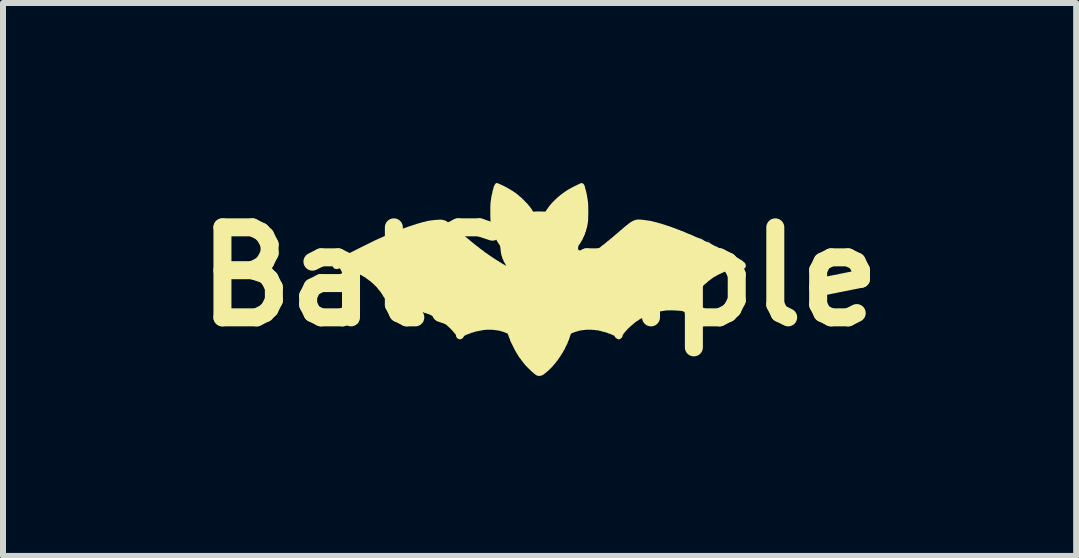
<source format=kicad_pcb>
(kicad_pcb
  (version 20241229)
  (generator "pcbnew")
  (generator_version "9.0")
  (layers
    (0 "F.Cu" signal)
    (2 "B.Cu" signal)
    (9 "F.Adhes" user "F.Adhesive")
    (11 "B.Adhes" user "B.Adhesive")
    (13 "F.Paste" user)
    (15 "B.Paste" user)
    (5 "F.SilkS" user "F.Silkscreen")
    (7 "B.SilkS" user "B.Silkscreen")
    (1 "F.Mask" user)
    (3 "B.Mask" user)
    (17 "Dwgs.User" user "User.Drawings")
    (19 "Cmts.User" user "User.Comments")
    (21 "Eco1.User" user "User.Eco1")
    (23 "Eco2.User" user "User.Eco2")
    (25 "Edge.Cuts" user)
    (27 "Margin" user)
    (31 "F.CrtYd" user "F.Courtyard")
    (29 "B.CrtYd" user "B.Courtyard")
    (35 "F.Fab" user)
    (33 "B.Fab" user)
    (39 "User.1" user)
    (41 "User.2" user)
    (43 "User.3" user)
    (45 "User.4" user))
  (footprint "BatSimple"
    (layer "F.Cu")
    (at 5.943 1.561)
    (property "Reference" "BatSimple" (at 0 0 0) (layer "F.SilkS") (effects (font (size 1.5 1.5) (thickness 0.3))))
    (attr board_only exclude_from_pos_files exclude_from_bom)
    (fp_poly (pts (xy -2.813 0.868) (xy -2.815 0.87) (xy -2.818 0.868) (xy -2.815 0.865)) (stroke (width 0) (type solid)) (fill yes) (layer "F.SilkS"))
    (fp_poly (pts (xy 0.87 1.02) (xy 0.868 1.023) (xy 0.865 1.02) (xy 0.868 1.017)) (stroke (width 0) (type solid)) (fill yes) (layer "F.SilkS"))
    (fp_poly (pts (xy 2.693 -0.645) (xy 2.69 -0.642) (xy 2.687 -0.645) (xy 2.69 -0.647)) (stroke (width 0) (type solid)) (fill yes) (layer "F.SilkS"))
    (fp_poly (pts (xy 2.72 -0.645) (xy 2.717 -0.642) (xy 2.715 -0.645) (xy 2.717 -0.647)) (stroke (width 0) (type solid)) (fill yes) (layer "F.SilkS"))
    (fp_poly (pts (xy 2.802 -0.601) (xy 2.799 -0.598) (xy 2.796 -0.601) (xy 2.799 -0.604)) (stroke (width 0) (type solid)) (fill yes) (layer "F.SilkS"))
    (fp_poly (pts (xy 2.802 -0.59) (xy 2.799 -0.588) (xy 2.796 -0.59) (xy 2.799 -0.593)) (stroke (width 0) (type solid)) (fill yes) (layer "F.SilkS"))
    (fp_poly (pts (xy 2.813 -0.601) (xy 2.81 -0.598) (xy 2.807 -0.601) (xy 2.81 -0.604)) (stroke (width 0) (type solid)) (fill yes) (layer "F.SilkS"))
    (fp_poly (pts (xy 2.823 -0.601) (xy 2.821 -0.598) (xy 2.818 -0.601) (xy 2.821 -0.604)) (stroke (width 0) (type solid)) (fill yes) (layer "F.SilkS"))
    (fp_poly (pts (xy 2.823 -0.59) (xy 2.821 -0.588) (xy 2.818 -0.59) (xy 2.821 -0.593)) (stroke (width 0) (type solid)) (fill yes) (layer "F.SilkS"))
    (fp_poly (pts (xy 2.834 -0.596) (xy 2.832 -0.593) (xy 2.829 -0.596) (xy 2.832 -0.598)) (stroke (width 0) (type solid)) (fill yes) (layer "F.SilkS"))
    (fp_poly (pts (xy 2.707 -0.64) (xy 2.707 -0.637) (xy 2.704 -0.636) (xy 2.699 -0.638) (xy 2.7 -0.64) (xy 2.707 -0.641)) (stroke (width 0) (type solid)) (fill yes) (layer "F.SilkS"))
    (fp_poly (pts (xy 2.713 -0.629) (xy 2.713 -0.623) (xy 2.713 -0.622) (xy 2.71 -0.623) (xy 2.709 -0.626) (xy 2.711 -0.63)) (stroke (width 0) (type solid)) (fill yes) (layer "F.SilkS"))
    (fp_poly (pts (xy -0.698 -1.557) (xy -0.69 -1.554) (xy -0.654 -1.538) (xy -0.627 -1.526) (xy -0.606 -1.516) (xy -0.59 -1.508) (xy -0.585 -1.506) (xy -0.549 -1.487) (xy -0.516 -1.468) (xy -0.487 -1.451) (xy -0.48 -1.446) (xy -0.466 -1.437) (xy -0.456 -1.432) (xy -0.453 -1.431) (xy -0.448 -1.428) (xy -0.437 -1.42) (xy -0.43 -1.414) (xy -0.417 -1.405) (xy -0.406 -1.399) (xy -0.404 -1.398) (xy -0.397 -1.395) (xy -0.396 -1.394) (xy -0.391 -1.389) (xy -0.38 -1.379) (xy -0.365 -1.367) (xy -0.363 -1.365) (xy -0.348 -1.353) (xy -0.337 -1.343) (xy -0.332 -1.337) (xy -0.332 -1.337) (xy -0.328 -1.333) (xy -0.326 -1.333) (xy -0.32 -1.329) (xy -0.308 -1.319) (xy -0.292 -1.304) (xy -0.273 -1.286) (xy -0.253 -1.266) (xy -0.233 -1.245) (xy -0.214 -1.226) (xy -0.199 -1.21) (xy -0.189 -1.198) (xy -0.185 -1.192) (xy -0.185 -1.192) (xy -0.182 -1.186) (xy -0.181 -1.186) (xy -0.176 -1.182) (xy -0.167 -1.171) (xy -0.163 -1.166) (xy -0.153 -1.152) (xy -0.145 -1.143) (xy -0.143 -1.141) (xy -0.137 -1.132) (xy -0.136 -1.129) (xy -0.133 -1.121) (xy -0.131 -1.121) (xy -0.125 -1.116) (xy -0.122 -1.109) (xy -0.114 -1.091) (xy -0.102 -1.083) (xy -0.085 -1.083) (xy -0.08 -1.084) (xy -0.066 -1.086) (xy -0.044 -1.087) (xy -0.017 -1.087) (xy 0.013 -1.087) (xy 0.02 -1.086) (xy 0.097 -1.084) (xy 0.131 -1.133) (xy 0.146 -1.154) (xy 0.16 -1.174) (xy 0.172 -1.188) (xy 0.177 -1.194) (xy 0.186 -1.204) (xy 0.19 -1.21) (xy 0.19 -1.21) (xy 0.194 -1.215) (xy 0.204 -1.227) (xy 0.219 -1.242) (xy 0.237 -1.26) (xy 0.256 -1.279) (xy 0.275 -1.297) (xy 0.292 -1.313) (xy 0.305 -1.325) (xy 0.314 -1.332) (xy 0.315 -1.333) (xy 0.321 -1.336) (xy 0.321 -1.337) (xy 0.325 -1.342) (xy 0.337 -1.352) (xy 0.355 -1.366) (xy 0.376 -1.382) (xy 0.401 -1.4) (xy 0.427 -1.418) (xy 0.452 -1.435) (xy 0.467 -1.445) (xy 0.491 -1.459) (xy 0.522 -1.476) (xy 0.557 -1.495) (xy 0.594 -1.514) (xy 0.631 -1.531) (xy 0.663 -1.547) (xy 0.679 -1.553) (xy 0.693 -1.559) (xy 0.703 -1.56) (xy 0.713 -1.557) (xy 0.721 -1.553) (xy 0.736 -1.541) (xy 0.744 -1.529) (xy 0.744 -1.529) (xy 0.748 -1.516) (xy 0.751 -1.51) (xy 0.755 -1.501) (xy 0.758 -1.487) (xy 0.759 -1.482) (xy 0.762 -1.466) (xy 0.767 -1.452) (xy 0.767 -1.45) (xy 0.771 -1.437) (xy 0.776 -1.416) (xy 0.783 -1.386) (xy 0.79 -1.35) (xy 0.797 -1.308) (xy 0.804 -1.263) (xy 0.806 -1.254) (xy 0.808 -1.235) (xy 0.809 -1.208) (xy 0.811 -1.174) (xy 0.811 -1.136) (xy 0.812 -1.095) (xy 0.812 -1.054) (xy 0.811 -1.014) (xy 0.81 -0.977) (xy 0.809 -0.946) (xy 0.808 -0.923) (xy 0.806 -0.911) (xy 0.802 -0.887) (xy 0.797 -0.859) (xy 0.794 -0.843) (xy 0.79 -0.824) (xy 0.786 -0.809) (xy 0.784 -0.802) (xy 0.78 -0.794) (xy 0.777 -0.779) (xy 0.776 -0.771) (xy 0.772 -0.756) (xy 0.769 -0.747) (xy 0.767 -0.745) (xy 0.763 -0.741) (xy 0.761 -0.733) (xy 0.759 -0.721) (xy 0.753 -0.704) (xy 0.751 -0.699) (xy 0.744 -0.684) (xy 0.74 -0.673) (xy 0.74 -0.67) (xy 0.736 -0.664) (xy 0.734 -0.664) (xy 0.729 -0.66) (xy 0.729 -0.658) (xy 0.727 -0.65) (xy 0.722 -0.636) (xy 0.715 -0.621) (xy 0.708 -0.608) (xy 0.703 -0.6) (xy 0.701 -0.598) (xy 0.697 -0.594) (xy 0.694 -0.585) (xy 0.69 -0.575) (xy 0.685 -0.571) (xy 0.68 -0.567) (xy 0.68 -0.566) (xy 0.677 -0.558) (xy 0.67 -0.545) (xy 0.66 -0.532) (xy 0.652 -0.523) (xy 0.65 -0.521) (xy 0.648 -0.514) (xy 0.645 -0.499) (xy 0.642 -0.479) (xy 0.641 -0.467) (xy 0.638 -0.431) (xy 0.634 -0.399) (xy 0.63 -0.372) (xy 0.625 -0.352) (xy 0.621 -0.341) (xy 0.62 -0.34) (xy 0.616 -0.331) (xy 0.615 -0.325) (xy 0.612 -0.314) (xy 0.606 -0.296) (xy 0.596 -0.275) (xy 0.584 -0.251) (xy 0.572 -0.229) (xy 0.561 -0.21) (xy 0.56 -0.208) (xy 0.552 -0.195) (xy 0.549 -0.185) (xy 0.55 -0.182) (xy 0.555 -0.182) (xy 0.555 -0.184) (xy 0.56 -0.189) (xy 0.568 -0.193) (xy 0.579 -0.197) (xy 0.582 -0.201) (xy 0.587 -0.205) (xy 0.598 -0.209) (xy 0.598 -0.209) (xy 0.61 -0.213) (xy 0.615 -0.217) (xy 0.615 -0.217) (xy 0.619 -0.221) (xy 0.63 -0.229) (xy 0.639 -0.234) (xy 0.653 -0.242) (xy 0.662 -0.249) (xy 0.664 -0.251) (xy 0.668 -0.255) (xy 0.678 -0.258) (xy 0.691 -0.263) (xy 0.698 -0.267) (xy 0.715 -0.281) (xy 0.726 -0.289) (xy 0.733 -0.293) (xy 0.735 -0.294) (xy 0.744 -0.297) (xy 0.747 -0.299) (xy 0.764 -0.314) (xy 0.775 -0.322) (xy 0.782 -0.326) (xy 0.785 -0.326) (xy 0.792 -0.33) (xy 0.797 -0.333) (xy 0.807 -0.341) (xy 0.816 -0.348) (xy 0.829 -0.357) (xy 0.845 -0.369) (xy 0.864 -0.382) (xy 0.882 -0.395) (xy 0.897 -0.405) (xy 0.905 -0.412) (xy 0.906 -0.413) (xy 0.913 -0.418) (xy 0.927 -0.428) (xy 0.942 -0.438) (xy 0.957 -0.45) (xy 0.969 -0.458) (xy 0.974 -0.462) (xy 0.979 -0.467) (xy 0.991 -0.476) (xy 1.007 -0.489) (xy 1.015 -0.495) (xy 1.032 -0.508) (xy 1.045 -0.52) (xy 1.053 -0.527) (xy 1.054 -0.529) (xy 1.061 -0.533) (xy 1.064 -0.533) (xy 1.073 -0.537) (xy 1.076 -0.54) (xy 1.082 -0.547) (xy 1.094 -0.558) (xy 1.107 -0.568) (xy 1.121 -0.58) (xy 1.132 -0.59) (xy 1.136 -0.594) (xy 1.142 -0.598) (xy 1.144 -0.598) (xy 1.151 -0.602) (xy 1.162 -0.611) (xy 1.168 -0.617) (xy 1.179 -0.629) (xy 1.188 -0.635) (xy 1.19 -0.636) (xy 1.196 -0.64) (xy 1.207 -0.649) (xy 1.22 -0.66) (xy 1.264 -0.699) (xy 1.311 -0.738) (xy 1.326 -0.75) (xy 1.339 -0.763) (xy 1.342 -0.766) (xy 1.351 -0.774) (xy 1.357 -0.778) (xy 1.357 -0.778) (xy 1.363 -0.781) (xy 1.372 -0.79) (xy 1.375 -0.793) (xy 1.388 -0.805) (xy 1.405 -0.819) (xy 1.417 -0.83) (xy 1.432 -0.841) (xy 1.442 -0.851) (xy 1.446 -0.855) (xy 1.452 -0.859) (xy 1.456 -0.86) (xy 1.463 -0.862) (xy 1.463 -0.864) (xy 1.468 -0.87) (xy 1.478 -0.879) (xy 1.487 -0.885) (xy 1.5 -0.894) (xy 1.509 -0.902) (xy 1.511 -0.904) (xy 1.518 -0.908) (xy 1.518 -0.909) (xy 1.525 -0.911) (xy 1.537 -0.918) (xy 1.546 -0.924) (xy 1.582 -0.941) (xy 1.624 -0.951) (xy 1.649 -0.952) (xy 1.671 -0.951) (xy 1.699 -0.949) (xy 1.73 -0.946) (xy 1.764 -0.942) (xy 1.797 -0.937) (xy 1.828 -0.932) (xy 1.855 -0.928) (xy 1.876 -0.923) (xy 1.889 -0.92) (xy 1.89 -0.919) (xy 1.899 -0.916) (xy 1.914 -0.913) (xy 1.923 -0.911) (xy 1.94 -0.908) (xy 1.952 -0.905) (xy 1.956 -0.903) (xy 1.964 -0.899) (xy 1.978 -0.896) (xy 1.98 -0.895) (xy 1.998 -0.891) (xy 2.013 -0.887) (xy 2.013 -0.887) (xy 2.025 -0.883) (xy 2.043 -0.877) (xy 2.065 -0.871) (xy 2.067 -0.87) (xy 2.09 -0.863) (xy 2.11 -0.856) (xy 2.124 -0.851) (xy 2.125 -0.851) (xy 2.139 -0.846) (xy 2.15 -0.843) (xy 2.15 -0.843) (xy 2.161 -0.841) (xy 2.174 -0.835) (xy 2.188 -0.829) (xy 2.198 -0.827) (xy 2.209 -0.824) (xy 2.212 -0.822) (xy 2.219 -0.818) (xy 2.234 -0.813) (xy 2.253 -0.806) (xy 2.254 -0.806) (xy 2.275 -0.798) (xy 2.293 -0.791) (xy 2.305 -0.786) (xy 2.319 -0.78) (xy 2.329 -0.778) (xy 2.339 -0.775) (xy 2.342 -0.773) (xy 2.349 -0.768) (xy 2.36 -0.765) (xy 2.376 -0.76) (xy 2.391 -0.754) (xy 2.407 -0.747) (xy 2.421 -0.741) (xy 2.434 -0.735) (xy 2.452 -0.727) (xy 2.46 -0.724) (xy 2.475 -0.717) (xy 2.486 -0.713) (xy 2.489 -0.713) (xy 2.496 -0.71) (xy 2.51 -0.705) (xy 2.527 -0.697) (xy 2.529 -0.696) (xy 2.569 -0.678) (xy 2.599 -0.664) (xy 2.621 -0.655) (xy 2.636 -0.649) (xy 2.645 -0.647) (xy 2.645 -0.647) (xy 2.655 -0.644) (xy 2.665 -0.639) (xy 2.675 -0.633) (xy 2.68 -0.633) (xy 2.686 -0.632) (xy 2.697 -0.627) (xy 2.699 -0.625) (xy 2.711 -0.618) (xy 2.722 -0.615) (xy 2.722 -0.615) (xy 2.73 -0.612) (xy 2.731 -0.61) (xy 2.736 -0.604) (xy 2.748 -0.597) (xy 2.766 -0.589) (xy 2.786 -0.581) (xy 2.805 -0.574) (xy 2.821 -0.571) (xy 2.828 -0.57) (xy 2.837 -0.569) (xy 2.835 -0.566) (xy 2.834 -0.565) (xy 2.83 -0.561) (xy 2.836 -0.56) (xy 2.836 -0.56) (xy 2.844 -0.558) (xy 2.845 -0.556) (xy 2.85 -0.551) (xy 2.862 -0.544) (xy 2.879 -0.534) (xy 2.898 -0.524) (xy 2.918 -0.514) (xy 2.935 -0.506) (xy 2.947 -0.501) (xy 2.951 -0.5) (xy 2.959 -0.498) (xy 2.96 -0.496) (xy 2.966 -0.492) (xy 2.978 -0.485) (xy 2.992 -0.478) (xy 3.006 -0.471) (xy 3.015 -0.468) (xy 3.016 -0.468) (xy 3.023 -0.465) (xy 3.026 -0.462) (xy 3.035 -0.456) (xy 3.053 -0.446) (xy 3.081 -0.432) (xy 3.116 -0.413) (xy 3.159 -0.391) (xy 3.161 -0.39) (xy 3.181 -0.38) (xy 3.197 -0.371) (xy 3.207 -0.365) (xy 3.209 -0.363) (xy 3.215 -0.359) (xy 3.216 -0.359) (xy 3.223 -0.356) (xy 3.237 -0.349) (xy 3.255 -0.339) (xy 3.267 -0.332) (xy 3.287 -0.32) (xy 3.304 -0.311) (xy 3.315 -0.306) (xy 3.318 -0.305) (xy 3.324 -0.301) (xy 3.324 -0.3) (xy 3.328 -0.294) (xy 3.335 -0.291) (xy 3.349 -0.284) (xy 3.368 -0.273) (xy 3.388 -0.258) (xy 3.406 -0.243) (xy 3.416 -0.234) (xy 3.431 -0.213) (xy 3.437 -0.191) (xy 3.436 -0.168) (xy 3.428 -0.149) (xy 3.418 -0.139) (xy 3.397 -0.129) (xy 3.371 -0.126) (xy 3.347 -0.13) (xy 3.34 -0.133) (xy 3.325 -0.138) (xy 3.31 -0.139) (xy 3.297 -0.136) (xy 3.276 -0.132) (xy 3.253 -0.128) (xy 3.242 -0.126) (xy 3.209 -0.119) (xy 3.181 -0.113) (xy 3.161 -0.108) (xy 3.15 -0.104) (xy 3.139 -0.1) (xy 3.124 -0.095) (xy 3.123 -0.095) (xy 3.107 -0.091) (xy 3.096 -0.087) (xy 3.096 -0.087) (xy 3.085 -0.082) (xy 3.07 -0.075) (xy 3.066 -0.073) (xy 3.045 -0.064) (xy 3.023 -0.054) (xy 3 -0.043) (xy 2.981 -0.034) (xy 2.967 -0.027) (xy 2.96 -0.023) (xy 2.959 -0.022) (xy 2.953 -0.018) (xy 2.941 -0.011) (xy 2.93 -0.005) (xy 2.913 0.003) (xy 2.9 0.01) (xy 2.896 0.014) (xy 2.883 0.024) (xy 2.87 0.033) (xy 2.855 0.044) (xy 2.842 0.053) (xy 2.835 0.059) (xy 2.834 0.061) (xy 2.83 0.065) (xy 2.828 0.065) (xy 2.821 0.069) (xy 2.809 0.078) (xy 2.804 0.083) (xy 2.789 0.098) (xy 2.772 0.112) (xy 2.769 0.114) (xy 2.757 0.124) (xy 2.746 0.133) (xy 2.736 0.143) (xy 2.725 0.155) (xy 2.711 0.172) (xy 2.692 0.194) (xy 2.679 0.209) (xy 2.665 0.225) (xy 2.652 0.241) (xy 2.645 0.249) (xy 2.637 0.26) (xy 2.633 0.267) (xy 2.633 0.267) (xy 2.63 0.274) (xy 2.622 0.285) (xy 2.621 0.286) (xy 2.61 0.3) (xy 2.597 0.322) (xy 2.582 0.348) (xy 2.567 0.376) (xy 2.553 0.403) (xy 2.543 0.426) (xy 2.538 0.441) (xy 2.532 0.452) (xy 2.528 0.458) (xy 2.525 0.465) (xy 2.523 0.482) (xy 2.522 0.506) (xy 2.522 0.515) (xy 2.521 0.542) (xy 2.519 0.56) (xy 2.516 0.569) (xy 2.515 0.57) (xy 2.508 0.575) (xy 2.508 0.578) (xy 2.504 0.585) (xy 2.496 0.593) (xy 2.478 0.601) (xy 2.456 0.604) (xy 2.433 0.6) (xy 2.412 0.592) (xy 2.399 0.581) (xy 2.391 0.577) (xy 2.374 0.573) (xy 2.35 0.57) (xy 2.32 0.567) (xy 2.286 0.565) (xy 2.249 0.563) (xy 2.213 0.562) (xy 2.177 0.561) (xy 2.145 0.562) (xy 2.117 0.563) (xy 2.096 0.565) (xy 2.094 0.565) (xy 2.057 0.571) (xy 2.029 0.576) (xy 2.007 0.579) (xy 1.991 0.582) (xy 1.977 0.585) (xy 1.965 0.587) (xy 1.959 0.588) (xy 1.941 0.592) (xy 1.928 0.596) (xy 1.923 0.598) (xy 1.915 0.602) (xy 1.9 0.605) (xy 1.895 0.606) (xy 1.88 0.61) (xy 1.87 0.614) (xy 1.868 0.615) (xy 1.861 0.62) (xy 1.857 0.62) (xy 1.847 0.622) (xy 1.832 0.628) (xy 1.829 0.629) (xy 1.794 0.645) (xy 1.76 0.661) (xy 1.73 0.677) (xy 1.704 0.69) (xy 1.695 0.696) (xy 1.677 0.706) (xy 1.662 0.715) (xy 1.655 0.719) (xy 1.646 0.725) (xy 1.643 0.73) (xy 1.639 0.734) (xy 1.637 0.734) (xy 1.63 0.737) (xy 1.617 0.745) (xy 1.602 0.755) (xy 1.591 0.764) (xy 1.583 0.771) (xy 1.571 0.781) (xy 1.558 0.792) (xy 1.521 0.823) (xy 1.491 0.851) (xy 1.463 0.878) (xy 1.436 0.909) (xy 1.434 0.911) (xy 1.423 0.923) (xy 1.413 0.936) (xy 1.395 0.958) (xy 1.385 0.976) (xy 1.382 0.99) (xy 1.377 1.007) (xy 1.364 1.023) (xy 1.346 1.036) (xy 1.327 1.044) (xy 1.319 1.045) (xy 1.304 1.041) (xy 1.287 1.032) (xy 1.27 1.02) (xy 1.258 1.007) (xy 1.251 0.995) (xy 1.251 0.993) (xy 1.247 0.987) (xy 1.235 0.98) (xy 1.228 0.977) (xy 1.207 0.968) (xy 1.186 0.958) (xy 1.182 0.957) (xy 1.166 0.95) (xy 1.152 0.947) (xy 1.148 0.947) (xy 1.139 0.944) (xy 1.137 0.941) (xy 1.132 0.937) (xy 1.12 0.934) (xy 1.117 0.933) (xy 1.101 0.929) (xy 1.088 0.925) (xy 1.087 0.925) (xy 1.076 0.921) (xy 1.059 0.917) (xy 1.054 0.916) (xy 1.039 0.913) (xy 1.027 0.909) (xy 1.025 0.908) (xy 1.017 0.905) (xy 1.002 0.902) (xy 0.993 0.9) (xy 0.975 0.897) (xy 0.962 0.892) (xy 0.958 0.89) (xy 0.953 0.887) (xy 0.954 0.891) (xy 0.955 0.892) (xy 0.956 0.897) (xy 0.95 0.896) (xy 0.949 0.895) (xy 0.933 0.891) (xy 0.909 0.888) (xy 0.879 0.886) (xy 0.847 0.884) (xy 0.814 0.884) (xy 0.784 0.885) (xy 0.77 0.886) (xy 0.725 0.891) (xy 0.689 0.896) (xy 0.661 0.901) (xy 0.643 0.905) (xy 0.634 0.909) (xy 0.625 0.913) (xy 0.618 0.914) (xy 0.605 0.916) (xy 0.591 0.922) (xy 0.579 0.928) (xy 0.57 0.93) (xy 0.57 0.93) (xy 0.563 0.932) (xy 0.549 0.938) (xy 0.541 0.941) (xy 0.525 0.95) (xy 0.518 0.959) (xy 0.517 0.964) (xy 0.514 0.978) (xy 0.509 0.991) (xy 0.502 1.008) (xy 0.498 1.022) (xy 0.491 1.046) (xy 0.479 1.073) (xy 0.474 1.083) (xy 0.469 1.094) (xy 0.465 1.109) (xy 0.462 1.121) (xy 0.457 1.126) (xy 0.457 1.126) (xy 0.453 1.131) (xy 0.449 1.142) (xy 0.449 1.142) (xy 0.445 1.154) (xy 0.44 1.159) (xy 0.44 1.159) (xy 0.435 1.163) (xy 0.435 1.165) (xy 0.433 1.173) (xy 0.427 1.186) (xy 0.42 1.202) (xy 0.413 1.216) (xy 0.408 1.224) (xy 0.408 1.224) (xy 0.404 1.23) (xy 0.397 1.243) (xy 0.392 1.253) (xy 0.384 1.267) (xy 0.377 1.276) (xy 0.375 1.278) (xy 0.371 1.283) (xy 0.368 1.292) (xy 0.363 1.302) (xy 0.359 1.306) (xy 0.354 1.31) (xy 0.354 1.311) (xy 0.351 1.319) (xy 0.343 1.331) (xy 0.335 1.344) (xy 0.327 1.352) (xy 0.325 1.354) (xy 0.321 1.36) (xy 0.321 1.361) (xy 0.318 1.368) (xy 0.31 1.38) (xy 0.3 1.394) (xy 0.289 1.407) (xy 0.281 1.417) (xy 0.276 1.42) (xy 0.272 1.424) (xy 0.272 1.428) (xy 0.268 1.438) (xy 0.265 1.44) (xy 0.258 1.446) (xy 0.247 1.459) (xy 0.236 1.471) (xy 0.213 1.499) (xy 0.184 1.529) (xy 0.153 1.559) (xy 0.125 1.583) (xy 0.122 1.586) (xy 0.105 1.6) (xy 0.09 1.612) (xy 0.082 1.619) (xy 0.056 1.638) (xy 0.026 1.65) (xy -0.005 1.655) (xy -0.032 1.652) (xy -0.033 1.652) (xy -0.047 1.646) (xy -0.058 1.64) (xy -0.058 1.64) (xy -0.067 1.633) (xy -0.081 1.624) (xy -0.084 1.621) (xy -0.096 1.613) (xy -0.103 1.606) (xy -0.103 1.604) (xy -0.108 1.6) (xy -0.109 1.599) (xy -0.115 1.596) (xy -0.126 1.586) (xy -0.142 1.571) (xy -0.161 1.552) (xy -0.182 1.532) (xy -0.203 1.511) (xy -0.222 1.492) (xy -0.238 1.474) (xy -0.25 1.461) (xy -0.25 1.461) (xy -0.259 1.449) (xy -0.272 1.432) (xy -0.288 1.411) (xy -0.298 1.398) (xy -0.313 1.378) (xy -0.326 1.36) (xy -0.336 1.348) (xy -0.34 1.343) (xy -0.347 1.334) (xy -0.348 1.328) (xy -0.352 1.322) (xy -0.354 1.322) (xy -0.359 1.317) (xy -0.362 1.308) (xy -0.366 1.298) (xy -0.369 1.295) (xy -0.374 1.29) (xy -0.381 1.279) (xy -0.386 1.269) (xy -0.394 1.254) (xy -0.401 1.243) (xy -0.403 1.24) (xy -0.406 1.235) (xy -0.413 1.221) (xy -0.423 1.201) (xy -0.435 1.177) (xy -0.443 1.161) (xy -0.456 1.134) (xy -0.469 1.109) (xy -0.479 1.088) (xy -0.486 1.075) (xy -0.487 1.071) (xy -0.493 1.056) (xy -0.495 1.045) (xy -0.497 1.036) (xy -0.499 1.034) (xy -0.502 1.029) (xy -0.508 1.016) (xy -0.514 0.997) (xy -0.517 0.99) (xy -0.523 0.97) (xy -0.53 0.955) (xy -0.535 0.947) (xy -0.536 0.947) (xy -0.545 0.944) (xy -0.561 0.938) (xy -0.579 0.93) (xy -0.588 0.925) (xy -0.599 0.921) (xy -0.615 0.917) (xy -0.618 0.916) (xy -0.633 0.913) (xy -0.643 0.909) (xy -0.645 0.908) (xy -0.653 0.905) (xy -0.671 0.901) (xy -0.696 0.897) (xy -0.727 0.892) (xy -0.762 0.888) (xy -0.775 0.886) (xy -0.807 0.884) (xy -0.845 0.884) (xy -0.884 0.885) (xy -0.92 0.888) (xy -0.947 0.892) (xy -0.967 0.896) (xy -0.991 0.901) (xy -1.001 0.902) (xy -1.039 0.91) (xy -1.068 0.916) (xy -1.088 0.921) (xy -1.096 0.925) (xy -1.105 0.928) (xy -1.119 0.932) (xy -1.125 0.933) (xy -1.139 0.936) (xy -1.147 0.94) (xy -1.148 0.942) (xy -1.152 0.946) (xy -1.157 0.947) (xy -1.166 0.949) (xy -1.182 0.954) (xy -1.203 0.962) (xy -1.213 0.966) (xy -1.236 0.976) (xy -1.251 0.984) (xy -1.26 0.992) (xy -1.266 1.001) (xy -1.269 1.007) (xy -1.277 1.02) (xy -1.284 1.028) (xy -1.287 1.028) (xy -1.294 1.032) (xy -1.296 1.034) (xy -1.302 1.038) (xy -1.315 1.042) (xy -1.318 1.043) (xy -1.342 1.042) (xy -1.364 1.032) (xy -1.381 1.016) (xy -1.391 0.995) (xy -1.393 0.982) (xy -1.397 0.967) (xy -1.405 0.955) (xy -1.415 0.945) (xy -1.428 0.929) (xy -1.439 0.917) (xy -1.467 0.885) (xy -1.501 0.851) (xy -1.539 0.816) (xy -1.564 0.795) (xy -1.581 0.781) (xy -1.595 0.77) (xy -1.603 0.763) (xy -1.605 0.762) (xy -1.61 0.757) (xy -1.623 0.749) (xy -1.639 0.738) (xy -1.64 0.737) (xy -1.657 0.725) (xy -1.672 0.715) (xy -1.68 0.709) (xy -1.68 0.709) (xy -1.69 0.703) (xy -1.695 0.702) (xy -1.702 0.699) (xy -1.704 0.697) (xy -1.709 0.693) (xy -1.722 0.686) (xy -1.741 0.676) (xy -1.763 0.665) (xy -1.796 0.649) (xy -1.821 0.638) (xy -1.839 0.629) (xy -1.852 0.624) (xy -1.86 0.621) (xy -1.866 0.62) (xy -1.868 0.62) (xy -1.877 0.617) (xy -1.879 0.615) (xy -1.886 0.611) (xy -1.9 0.608) (xy -1.907 0.606) (xy -1.921 0.603) (xy -1.93 0.6) (xy -1.931 0.598) (xy -1.936 0.595) (xy -1.949 0.592) (xy -1.963 0.59) (xy -1.981 0.587) (xy -1.994 0.584) (xy -1.999 0.582) (xy -2.011 0.577) (xy -2.031 0.573) (xy -2.058 0.57) (xy -2.091 0.568) (xy -2.129 0.566) (xy -2.169 0.565) (xy -2.211 0.565) (xy -2.253 0.565) (xy -2.292 0.566) (xy -2.329 0.567) (xy -2.36 0.57) (xy -2.385 0.573) (xy -2.402 0.577) (xy -2.41 0.581) (xy -2.416 0.587) (xy -2.427 0.594) (xy -2.427 0.594) (xy -2.439 0.599) (xy -2.455 0.602) (xy -2.472 0.604) (xy -2.487 0.604) (xy -2.496 0.601) (xy -2.497 0.599) (xy -2.502 0.593) (xy -2.508 0.59) (xy -2.517 0.584) (xy -2.519 0.579) (xy -2.522 0.572) (xy -2.524 0.571) (xy -2.528 0.566) (xy -2.531 0.554) (xy -2.533 0.539) (xy -2.531 0.523) (xy -2.53 0.518) (xy -2.528 0.503) (xy -2.53 0.485) (xy -2.538 0.463) (xy -2.544 0.448) (xy -2.549 0.434) (xy -2.551 0.423) (xy -2.551 0.422) (xy -2.554 0.415) (xy -2.557 0.413) (xy -2.562 0.409) (xy -2.562 0.407) (xy -2.565 0.399) (xy -2.571 0.385) (xy -2.578 0.368) (xy -2.586 0.353) (xy -2.592 0.344) (xy -2.6 0.334) (xy -2.604 0.33) (xy -2.61 0.321) (xy -2.611 0.317) (xy -2.614 0.31) (xy -2.622 0.298) (xy -2.63 0.285) (xy -2.642 0.269) (xy -2.651 0.255) (xy -2.656 0.248) (xy -2.664 0.238) (xy -2.676 0.224) (xy -2.681 0.219) (xy -2.691 0.207) (xy -2.697 0.198) (xy -2.698 0.196) (xy -2.702 0.19) (xy -2.712 0.179) (xy -2.726 0.164) (xy -2.744 0.146) (xy -2.762 0.129) (xy -2.779 0.113) (xy -2.793 0.101) (xy -2.794 0.101) (xy -2.808 0.088) (xy -2.82 0.078) (xy -2.825 0.072) (xy -2.834 0.066) (xy -2.837 0.065) (xy -2.844 0.063) (xy -2.845 0.061) (xy -2.849 0.056) (xy -2.86 0.048) (xy -2.866 0.044) (xy -2.88 0.034) (xy -2.891 0.026) (xy -2.903 0.016) (xy -2.907 0.012) (xy -2.916 0.007) (xy -2.92 0.005) (xy -2.926 0.003) (xy -2.939 -0.005) (xy -2.953 -0.014) (xy -2.97 -0.024) (xy -2.983 -0.03) (xy -2.99 -0.033) (xy -2.997 -0.035) (xy -2.998 -0.038) (xy -3.002 -0.042) (xy -3.014 -0.046) (xy -3.014 -0.046) (xy -3.025 -0.05) (xy -3.03 -0.054) (xy -3.03 -0.055) (xy -3.035 -0.059) (xy -3.047 -0.062) (xy -3.049 -0.063) (xy -3.062 -0.066) (xy -3.068 -0.07) (xy -3.068 -0.071) (xy -3.073 -0.075) (xy -3.084 -0.079) (xy -3.085 -0.079) (xy -3.103 -0.084) (xy -3.116 -0.09) (xy -3.131 -0.096) (xy -3.143 -0.098) (xy -3.154 -0.1) (xy -3.158 -0.103) (xy -3.165 -0.107) (xy -3.178 -0.111) (xy -3.185 -0.112) (xy -3.2 -0.115) (xy -3.209 -0.118) (xy -3.21 -0.12) (xy -3.215 -0.123) (xy -3.229 -0.126) (xy -3.249 -0.129) (xy -3.274 -0.132) (xy -3.294 -0.133) (xy -3.308 -0.135) (xy -3.319 -0.138) (xy -3.337 -0.138) (xy -3.349 -0.134) (xy -3.375 -0.126) (xy -3.401 -0.128) (xy -3.425 -0.14) (xy -3.436 -0.15) (xy -3.447 -0.169) (xy -3.448 -0.191) (xy -3.441 -0.214) (xy -3.424 -0.236) (xy -3.399 -0.258) (xy -3.386 -0.266) (xy -3.373 -0.275) (xy -3.364 -0.282) (xy -3.362 -0.283) (xy -3.355 -0.288) (xy -3.347 -0.291) (xy -3.338 -0.295) (xy -3.335 -0.299) (xy -3.33 -0.303) (xy -3.319 -0.307) (xy -3.318 -0.307) (xy -3.307 -0.311) (xy -3.302 -0.316) (xy -3.302 -0.316) (xy -3.298 -0.32) (xy -3.294 -0.321) (xy -3.287 -0.324) (xy -3.286 -0.326) (xy -3.281 -0.331) (xy -3.273 -0.334) (xy -3.259 -0.339) (xy -3.252 -0.344) (xy -3.243 -0.35) (xy -3.229 -0.359) (xy -3.218 -0.364) (xy -3.202 -0.372) (xy -3.191 -0.379) (xy -3.188 -0.381) (xy -3.182 -0.385) (xy -3.166 -0.393) (xy -3.142 -0.406) (xy -3.108 -0.423) (xy -3.064 -0.445) (xy -3.011 -0.472) (xy -2.959 -0.498) (xy -2.902 -0.526) (xy -2.853 -0.55) (xy -2.813 -0.57) (xy -2.78 -0.586) (xy -2.755 -0.599) (xy -2.735 -0.608) (xy -2.721 -0.614) (xy -2.711 -0.618) (xy -2.706 -0.62) (xy -2.705 -0.62) (xy -2.699 -0.624) (xy -2.698 -0.626) (xy -2.694 -0.63) (xy -2.69 -0.631) (xy -2.679 -0.633) (xy -2.667 -0.638) (xy -2.652 -0.646) (xy -2.634 -0.653) (xy -2.632 -0.655) (xy -2.613 -0.663) (xy -2.595 -0.671) (xy -2.594 -0.671) (xy -2.578 -0.678) (xy -2.558 -0.687) (xy -2.549 -0.691) (xy -2.531 -0.698) (xy -2.516 -0.705) (xy -2.511 -0.707) (xy -2.499 -0.712) (xy -2.483 -0.719) (xy -2.473 -0.723) (xy -2.455 -0.731) (xy -2.441 -0.737) (xy -2.436 -0.74) (xy -2.425 -0.744) (xy -2.421 -0.745) (xy -2.413 -0.747) (xy -2.399 -0.753) (xy -2.381 -0.76) (xy -2.365 -0.767) (xy -2.355 -0.772) (xy -2.344 -0.776) (xy -2.33 -0.78) (xy -2.317 -0.784) (xy -2.309 -0.789) (xy -2.309 -0.789) (xy -2.302 -0.794) (xy -2.297 -0.794) (xy -2.286 -0.797) (xy -2.272 -0.802) (xy -2.26 -0.808) (xy -2.251 -0.811) (xy -2.251 -0.811) (xy -2.243 -0.813) (xy -2.23 -0.817) (xy -2.229 -0.818) (xy -2.217 -0.822) (xy -2.205 -0.827) (xy -2.189 -0.833) (xy -2.168 -0.84) (xy -2.14 -0.849) (xy -2.113 -0.858) (xy -2.087 -0.866) (xy -2.062 -0.874) (xy -2.042 -0.881) (xy -2.032 -0.884) (xy -2.012 -0.89) (xy -1.993 -0.895) (xy -1.991 -0.895) (xy -1.977 -0.899) (xy -1.967 -0.903) (xy -1.967 -0.903) (xy -1.958 -0.906) (xy -1.943 -0.91) (xy -1.935 -0.911) (xy -1.917 -0.914) (xy -1.903 -0.918) (xy -1.899 -0.919) (xy -1.886 -0.924) (xy -1.865 -0.928) (xy -1.837 -0.933) (xy -1.804 -0.938) (xy -1.769 -0.942) (xy -1.733 -0.946) (xy -1.7 -0.948) (xy -1.67 -0.95) (xy -1.647 -0.95) (xy -1.639 -0.95) (xy -1.618 -0.947) (xy -1.596 -0.942) (xy -1.574 -0.935) (xy -1.556 -0.927) (xy -1.543 -0.919) (xy -1.54 -0.914) (xy -1.535 -0.909) (xy -1.534 -0.909) (xy -1.528 -0.905) (xy -1.515 -0.898) (xy -1.5 -0.887) (xy -1.484 -0.875) (xy -1.469 -0.864) (xy -1.46 -0.856) (xy -1.458 -0.854) (xy -1.452 -0.849) (xy -1.442 -0.84) (xy -1.436 -0.836) (xy -1.402 -0.807) (xy -1.373 -0.783) (xy -1.349 -0.762) (xy -1.344 -0.758) (xy -1.331 -0.745) (xy -1.32 -0.737) (xy -1.316 -0.734) (xy -1.31 -0.731) (xy -1.3 -0.722) (xy -1.291 -0.714) (xy -1.279 -0.703) (xy -1.268 -0.693) (xy -1.256 -0.683) (xy -1.24 -0.669) (xy -1.218 -0.652) (xy -1.216 -0.65) (xy -1.2 -0.637) (xy -1.187 -0.626) (xy -1.18 -0.62) (xy -1.171 -0.612) (xy -1.158 -0.601) (xy -1.14 -0.587) (xy -1.116 -0.567) (xy -1.107 -0.56) (xy -1.088 -0.545) (xy -1.071 -0.531) (xy -1.058 -0.52) (xy -1.055 -0.518) (xy -1.045 -0.51) (xy -1.039 -0.506) (xy -1.039 -0.506) (xy -1.033 -0.503) (xy -1.023 -0.495) (xy -1.022 -0.494) (xy -0.995 -0.471) (xy -0.97 -0.452) (xy -0.96 -0.445) (xy -0.944 -0.434) (xy -0.931 -0.423) (xy -0.927 -0.42) (xy -0.914 -0.41) (xy -0.9 -0.399) (xy -0.888 -0.391) (xy -0.879 -0.386) (xy -0.878 -0.386) (xy -0.872 -0.383) (xy -0.867 -0.378) (xy -0.859 -0.372) (xy -0.844 -0.361) (xy -0.824 -0.347) (xy -0.801 -0.332) (xy -0.776 -0.315) (xy -0.75 -0.298) (xy -0.727 -0.283) (xy -0.706 -0.27) (xy -0.691 -0.261) (xy -0.682 -0.256) (xy -0.681 -0.256) (xy -0.675 -0.252) (xy -0.675 -0.25) (xy -0.67 -0.245) (xy -0.661 -0.242) (xy -0.651 -0.238) (xy -0.647 -0.235) (xy -0.643 -0.23) (xy -0.632 -0.223) (xy -0.622 -0.217) (xy -0.607 -0.209) (xy -0.596 -0.203) (xy -0.593 -0.201) (xy -0.586 -0.196) (xy -0.575 -0.191) (xy -0.564 -0.185) (xy -0.556 -0.183) (xy -0.555 -0.183) (xy -0.558 -0.189) (xy -0.565 -0.199) (xy -0.566 -0.2) (xy -0.573 -0.212) (xy -0.577 -0.221) (xy -0.577 -0.221) (xy -0.579 -0.228) (xy -0.581 -0.228) (xy -0.585 -0.233) (xy -0.592 -0.244) (xy -0.599 -0.259) (xy -0.605 -0.274) (xy -0.609 -0.285) (xy -0.609 -0.288) (xy -0.613 -0.294) (xy -0.615 -0.294) (xy -0.619 -0.297) (xy -0.619 -0.298) (xy -0.62 -0.307) (xy -0.623 -0.321) (xy -0.628 -0.337) (xy -0.631 -0.345) (xy -0.636 -0.361) (xy -0.642 -0.386) (xy -0.646 -0.416) (xy -0.65 -0.449) (xy -0.652 -0.468) (xy -0.655 -0.495) (xy -0.659 -0.513) (xy -0.664 -0.523) (xy -0.665 -0.524) (xy -0.672 -0.535) (xy -0.675 -0.541) (xy -0.679 -0.549) (xy -0.683 -0.551) (xy -0.69 -0.559) (xy -0.691 -0.563) (xy -0.693 -0.57) (xy -0.695 -0.571) (xy -0.699 -0.576) (xy -0.706 -0.588) (xy -0.713 -0.601) (xy -0.72 -0.617) (xy -0.727 -0.628) (xy -0.73 -0.631) (xy -0.733 -0.636) (xy -0.737 -0.647) (xy -0.737 -0.647) (xy -0.741 -0.659) (xy -0.745 -0.664) (xy -0.745 -0.664) (xy -0.75 -0.668) (xy -0.753 -0.68) (xy -0.754 -0.683) (xy -0.757 -0.695) (xy -0.761 -0.702) (xy -0.762 -0.702) (xy -0.765 -0.707) (xy -0.769 -0.719) (xy -0.77 -0.724) (xy -0.773 -0.738) (xy -0.777 -0.747) (xy -0.778 -0.748) (xy -0.782 -0.755) (xy -0.785 -0.768) (xy -0.786 -0.777) (xy -0.79 -0.793) (xy -0.793 -0.805) (xy -0.794 -0.808) (xy -0.796 -0.812) (xy -0.799 -0.821) (xy -0.802 -0.835) (xy -0.806 -0.856) (xy -0.811 -0.885) (xy -0.816 -0.919) (xy -0.818 -0.935) (xy -0.819 -0.96) (xy -0.82 -0.992) (xy -0.821 -1.028) (xy -0.821 -1.068) (xy -0.821 -1.108) (xy -0.821 -1.146) (xy -0.82 -1.181) (xy -0.819 -1.211) (xy -0.817 -1.234) (xy -0.816 -1.243) (xy -0.813 -1.265) (xy -0.809 -1.293) (xy -0.805 -1.319) (xy -0.802 -1.34) (xy -0.798 -1.358) (xy -0.795 -1.369) (xy -0.795 -1.37) (xy -0.792 -1.38) (xy -0.788 -1.397) (xy -0.786 -1.41) (xy -0.784 -1.428) (xy -0.78 -1.44) (xy -0.778 -1.445) (xy -0.774 -1.452) (xy -0.772 -1.46) (xy -0.77 -1.478) (xy -0.763 -1.499) (xy -0.754 -1.521) (xy -0.743 -1.54) (xy -0.736 -1.549) (xy -0.723 -1.558) (xy -0.712 -1.561)) (stroke (width 0) (type solid)) (fill yes) (layer "F.SilkS")))
  (gr_rect
    (start -3 -3)
    (end 14.886 6.216)
    (stroke (width 0.1) (type default))
    (fill no)
    (layer "Edge.Cuts")))
</source>
